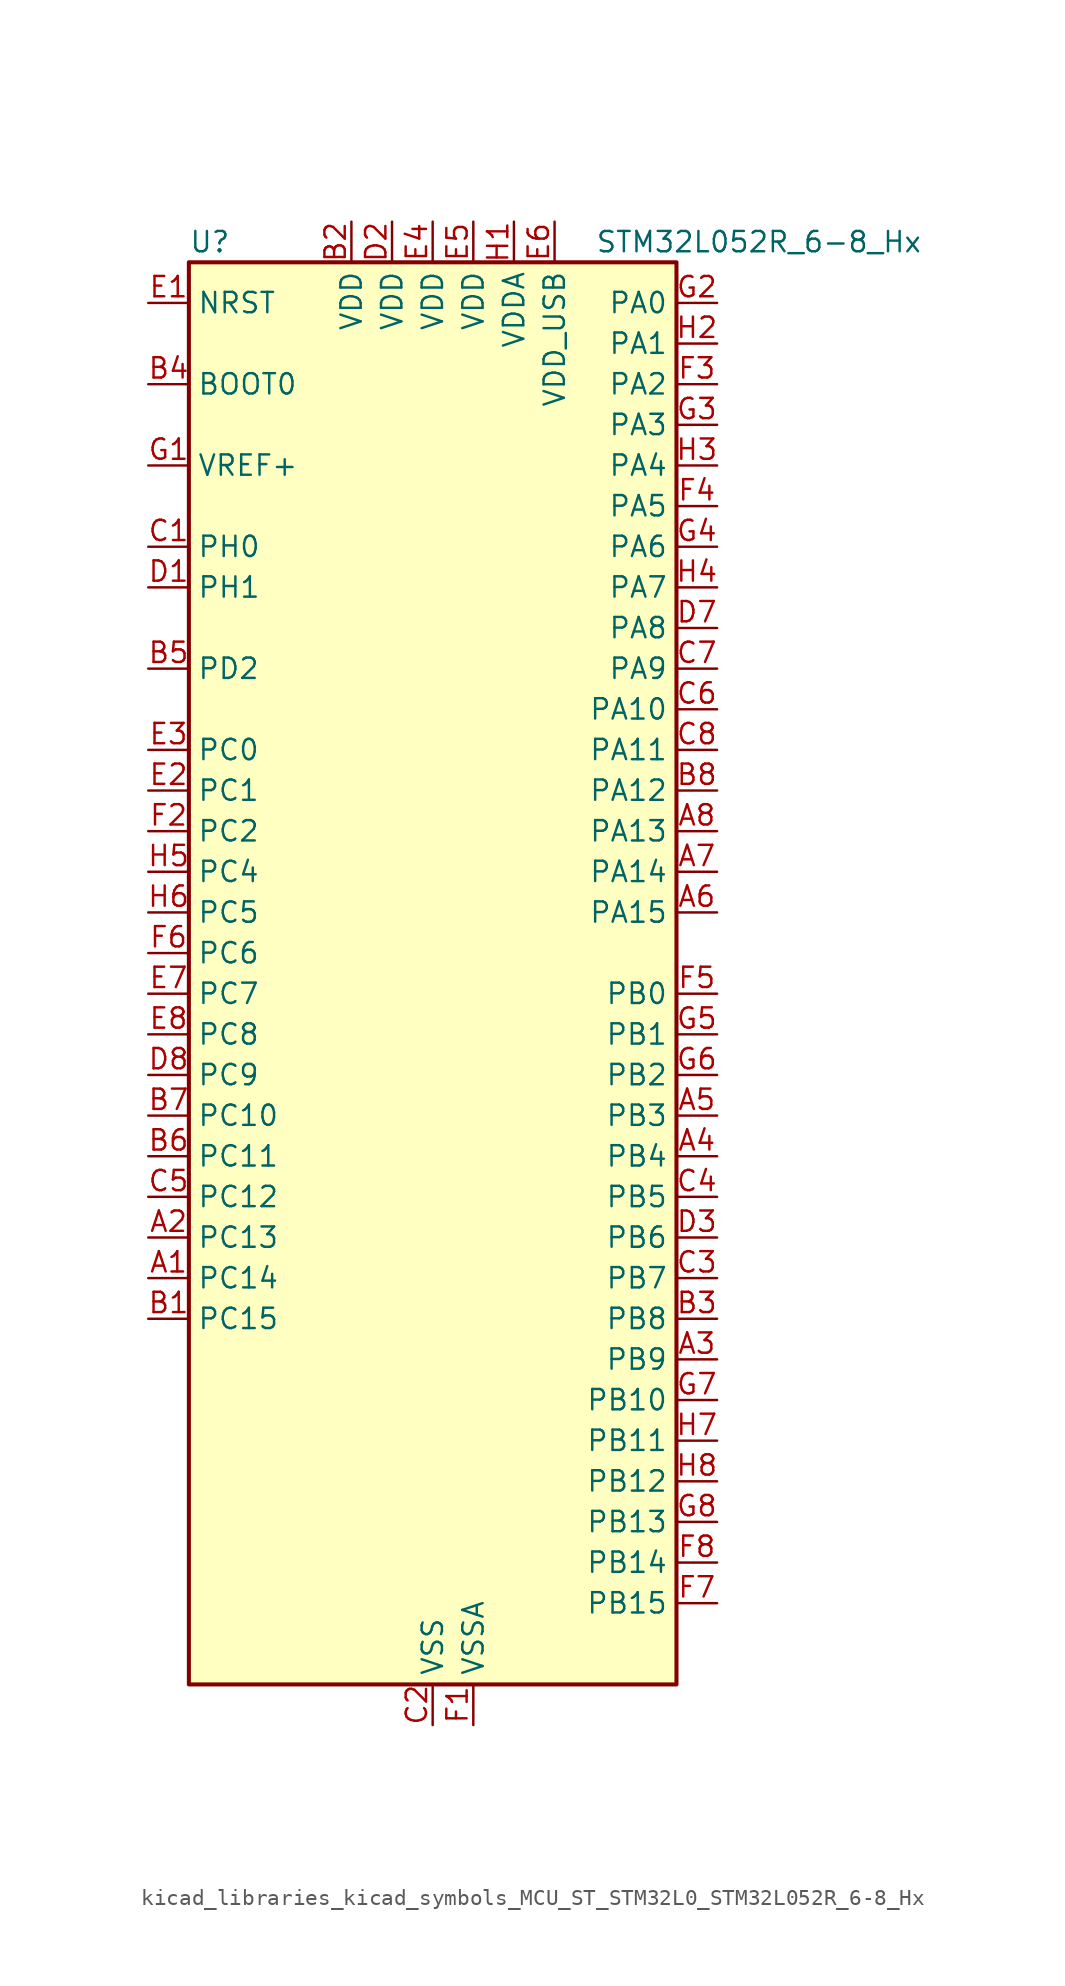
<source format=kicad_sym>
(kicad_symbol_lib
  (version 20220914)
  (generator kicad_symbol_editor)
  (symbol "kicad_libraries_kicad_symbols_MCU_ST_STM32L0_STM32L052R_6-8_Hx"
    (property "Reference" "U"
      (at -15.24 46.99 0)
      (effects (font (size 1.27 1.27)) (justify left)))
    (property "Value" "STM32L052R_6-8_Hx"
      (at 10.16 46.99 0)
      (effects (font (size 1.27 1.27)) (justify left)))
    (property "ki_locked" ""
      (at 0 0 0)
      (effects (font (size 1.27 1.27))))
    (symbol "kicad_libraries_kicad_symbols_MCU_ST_STM32L0_STM32L052R_6-8_Hx_0_1"
      (rectangle (start -15.24 -43.18) (end 15.24 45.72) (stroke (width 0.254) (type default)) (fill (type background))))
    (symbol "kicad_libraries_kicad_symbols_MCU_ST_STM32L0_STM32L052R_6-8_Hx_1_1"
      (pin bidirectional line (at -17.78 -17.78 0) (length 2.54) (name "PC14" (effects (font (size 1.27 1.27)))) (number "A1" (effects (font (size 1.27 1.27)))) (alternate "RCC_OSC32_IN" bidirectional line))
      (pin bidirectional line (at -17.78 -15.24 0) (length 2.54) (name "PC13" (effects (font (size 1.27 1.27)))) (number "A2" (effects (font (size 1.27 1.27)))) (alternate "RTC_OUT_ALARM" bidirectional line) (alternate "RTC_OUT_CALIB" bidirectional line) (alternate "RTC_TAMP1" bidirectional line) (alternate "RTC_TS" bidirectional line) (alternate "SYS_WKUP2" bidirectional line))
      (pin bidirectional line (at 17.78 -22.86 180) (length 2.54) (name "PB9" (effects (font (size 1.27 1.27)))) (number "A3" (effects (font (size 1.27 1.27)))) (alternate "DAC_EXTI9" bidirectional line) (alternate "I2C1_SDA" bidirectional line) (alternate "I2S2_WS" bidirectional line) (alternate "SPI2_NSS" bidirectional line))
      (pin bidirectional line (at 17.78 -10.16 180) (length 2.54) (name "PB4" (effects (font (size 1.27 1.27)))) (number "A4" (effects (font (size 1.27 1.27)))) (alternate "COMP2_INP" bidirectional line) (alternate "SPI1_MISO" bidirectional line) (alternate "TIM22_CH1" bidirectional line) (alternate "TSC_G5_IO2" bidirectional line))
      (pin bidirectional line (at 17.78 -7.62 180) (length 2.54) (name "PB3" (effects (font (size 1.27 1.27)))) (number "A5" (effects (font (size 1.27 1.27)))) (alternate "COMP2_INM" bidirectional line) (alternate "SPI1_SCK" bidirectional line) (alternate "TIM2_CH2" bidirectional line) (alternate "TSC_G5_IO1" bidirectional line))
      (pin bidirectional line (at 17.78 5.08 180) (length 2.54) (name "PA15" (effects (font (size 1.27 1.27)))) (number "A6" (effects (font (size 1.27 1.27)))) (alternate "SPI1_NSS" bidirectional line) (alternate "TIM2_CH1" bidirectional line) (alternate "TIM2_ETR" bidirectional line) (alternate "USART2_RX" bidirectional line))
      (pin bidirectional line (at 17.78 7.62 180) (length 2.54) (name "PA14" (effects (font (size 1.27 1.27)))) (number "A7" (effects (font (size 1.27 1.27)))) (alternate "SYS_SWCLK" bidirectional line) (alternate "USART2_TX" bidirectional line))
      (pin bidirectional line (at 17.78 10.16 180) (length 2.54) (name "PA13" (effects (font (size 1.27 1.27)))) (number "A8" (effects (font (size 1.27 1.27)))) (alternate "SYS_SWDIO" bidirectional line) (alternate "USB_NOE" bidirectional line))
      (pin bidirectional line (at -17.78 -20.32 0) (length 2.54) (name "PC15" (effects (font (size 1.27 1.27)))) (number "B1" (effects (font (size 1.27 1.27)))) (alternate "RCC_OSC32_OUT" bidirectional line))
      (pin power_in line (at -5.08 48.26 270) (length 2.54) (name "VDD" (effects (font (size 1.27 1.27)))) (number "B2" (effects (font (size 1.27 1.27)))))
      (pin bidirectional line (at 17.78 -20.32 180) (length 2.54) (name "PB8" (effects (font (size 1.27 1.27)))) (number "B3" (effects (font (size 1.27 1.27)))) (alternate "I2C1_SCL" bidirectional line) (alternate "TSC_SYNC" bidirectional line))
      (pin input line (at -17.78 38.1 0) (length 2.54) (name "BOOT0" (effects (font (size 1.27 1.27)))) (number "B4" (effects (font (size 1.27 1.27)))))
      (pin bidirectional line (at -17.78 20.32 0) (length 2.54) (name "PD2" (effects (font (size 1.27 1.27)))) (number "B5" (effects (font (size 1.27 1.27)))) (alternate "LPUART1_DE" bidirectional line) (alternate "LPUART1_RTS" bidirectional line))
      (pin bidirectional line (at -17.78 -10.16 0) (length 2.54) (name "PC11" (effects (font (size 1.27 1.27)))) (number "B6" (effects (font (size 1.27 1.27)))) (alternate "ADC_EXTI11" bidirectional line) (alternate "LPUART1_RX" bidirectional line))
      (pin bidirectional line (at -17.78 -7.62 0) (length 2.54) (name "PC10" (effects (font (size 1.27 1.27)))) (number "B7" (effects (font (size 1.27 1.27)))) (alternate "LPUART1_TX" bidirectional line))
      (pin bidirectional line (at 17.78 12.7 180) (length 2.54) (name "PA12" (effects (font (size 1.27 1.27)))) (number "B8" (effects (font (size 1.27 1.27)))) (alternate "COMP2_OUT" bidirectional line) (alternate "SPI1_MOSI" bidirectional line) (alternate "TSC_G4_IO4" bidirectional line) (alternate "USART1_DE" bidirectional line) (alternate "USART1_RTS" bidirectional line) (alternate "USB_DP" bidirectional line))
      (pin bidirectional line (at -17.78 27.94 0) (length 2.54) (name "PH0" (effects (font (size 1.27 1.27)))) (number "C1" (effects (font (size 1.27 1.27)))) (alternate "CRS_SYNC" bidirectional line) (alternate "RCC_OSC_IN" bidirectional line))
      (pin power_in line (at 0 -45.72 90) (length 2.54) (name "VSS" (effects (font (size 1.27 1.27)))) (number "C2" (effects (font (size 1.27 1.27)))))
      (pin bidirectional line (at 17.78 -17.78 180) (length 2.54) (name "PB7" (effects (font (size 1.27 1.27)))) (number "C3" (effects (font (size 1.27 1.27)))) (alternate "COMP2_INP" bidirectional line) (alternate "I2C1_SDA" bidirectional line) (alternate "LPTIM1_IN2" bidirectional line) (alternate "SYS_PVD_IN" bidirectional line) (alternate "TSC_G5_IO4" bidirectional line) (alternate "USART1_RX" bidirectional line))
      (pin bidirectional line (at 17.78 -12.7 180) (length 2.54) (name "PB5" (effects (font (size 1.27 1.27)))) (number "C4" (effects (font (size 1.27 1.27)))) (alternate "COMP2_INP" bidirectional line) (alternate "I2C1_SMBA" bidirectional line) (alternate "LPTIM1_IN1" bidirectional line) (alternate "SPI1_MOSI" bidirectional line) (alternate "TIM22_CH2" bidirectional line))
      (pin bidirectional line (at -17.78 -12.7 0) (length 2.54) (name "PC12" (effects (font (size 1.27 1.27)))) (number "C5" (effects (font (size 1.27 1.27)))))
      (pin bidirectional line (at 17.78 17.78 180) (length 2.54) (name "PA10" (effects (font (size 1.27 1.27)))) (number "C6" (effects (font (size 1.27 1.27)))) (alternate "TSC_G4_IO2" bidirectional line) (alternate "USART1_RX" bidirectional line))
      (pin bidirectional line (at 17.78 20.32 180) (length 2.54) (name "PA9" (effects (font (size 1.27 1.27)))) (number "C7" (effects (font (size 1.27 1.27)))) (alternate "DAC_EXTI9" bidirectional line) (alternate "RCC_MCO" bidirectional line) (alternate "TSC_G4_IO1" bidirectional line) (alternate "USART1_TX" bidirectional line))
      (pin bidirectional line (at 17.78 15.24 180) (length 2.54) (name "PA11" (effects (font (size 1.27 1.27)))) (number "C8" (effects (font (size 1.27 1.27)))) (alternate "ADC_EXTI11" bidirectional line) (alternate "COMP1_OUT" bidirectional line) (alternate "SPI1_MISO" bidirectional line) (alternate "TSC_G4_IO3" bidirectional line) (alternate "USART1_CTS" bidirectional line) (alternate "USB_DM" bidirectional line))
      (pin bidirectional line (at -17.78 25.4 0) (length 2.54) (name "PH1" (effects (font (size 1.27 1.27)))) (number "D1" (effects (font (size 1.27 1.27)))) (alternate "RCC_OSC_OUT" bidirectional line))
      (pin power_in line (at -2.54 48.26 270) (length 2.54) (name "VDD" (effects (font (size 1.27 1.27)))) (number "D2" (effects (font (size 1.27 1.27)))))
      (pin bidirectional line (at 17.78 -15.24 180) (length 2.54) (name "PB6" (effects (font (size 1.27 1.27)))) (number "D3" (effects (font (size 1.27 1.27)))) (alternate "COMP2_INP" bidirectional line) (alternate "I2C1_SCL" bidirectional line) (alternate "LPTIM1_ETR" bidirectional line) (alternate "TSC_G5_IO3" bidirectional line) (alternate "USART1_TX" bidirectional line))
      (pin passive line (at 0 -45.72 90) (length 2.54) hide (name "VSS" (effects (font (size 1.27 1.27)))) (number "D4" (effects (font (size 1.27 1.27)))))
      (pin passive line (at 0 -45.72 90) (length 2.54) hide (name "VSS" (effects (font (size 1.27 1.27)))) (number "D5" (effects (font (size 1.27 1.27)))))
      (pin passive line (at 0 -45.72 90) (length 2.54) hide (name "VSS" (effects (font (size 1.27 1.27)))) (number "D6" (effects (font (size 1.27 1.27)))))
      (pin bidirectional line (at 17.78 22.86 180) (length 2.54) (name "PA8" (effects (font (size 1.27 1.27)))) (number "D7" (effects (font (size 1.27 1.27)))) (alternate "CRS_SYNC" bidirectional line) (alternate "RCC_MCO" bidirectional line) (alternate "USART1_CK" bidirectional line))
      (pin bidirectional line (at -17.78 -5.08 0) (length 2.54) (name "PC9" (effects (font (size 1.27 1.27)))) (number "D8" (effects (font (size 1.27 1.27)))) (alternate "DAC_EXTI9" bidirectional line) (alternate "TIM21_ETR" bidirectional line) (alternate "TSC_G8_IO4" bidirectional line) (alternate "USB_NOE" bidirectional line))
      (pin input line (at -17.78 43.18 0) (length 2.54) (name "NRST" (effects (font (size 1.27 1.27)))) (number "E1" (effects (font (size 1.27 1.27)))))
      (pin bidirectional line (at -17.78 12.7 0) (length 2.54) (name "PC1" (effects (font (size 1.27 1.27)))) (number "E2" (effects (font (size 1.27 1.27)))) (alternate "ADC_IN11" bidirectional line) (alternate "LPTIM1_OUT" bidirectional line) (alternate "TSC_G7_IO2" bidirectional line))
      (pin bidirectional line (at -17.78 15.24 0) (length 2.54) (name "PC0" (effects (font (size 1.27 1.27)))) (number "E3" (effects (font (size 1.27 1.27)))) (alternate "ADC_IN10" bidirectional line) (alternate "LPTIM1_IN1" bidirectional line) (alternate "TSC_G7_IO1" bidirectional line))
      (pin power_in line (at 0 48.26 270) (length 2.54) (name "VDD" (effects (font (size 1.27 1.27)))) (number "E4" (effects (font (size 1.27 1.27)))))
      (pin power_in line (at 2.54 48.26 270) (length 2.54) (name "VDD" (effects (font (size 1.27 1.27)))) (number "E5" (effects (font (size 1.27 1.27)))))
      (pin power_in line (at 7.62 48.26 270) (length 2.54) (name "VDD_USB" (effects (font (size 1.27 1.27)))) (number "E6" (effects (font (size 1.27 1.27)))))
      (pin bidirectional line (at -17.78 0 0) (length 2.54) (name "PC7" (effects (font (size 1.27 1.27)))) (number "E7" (effects (font (size 1.27 1.27)))) (alternate "TIM22_CH2" bidirectional line) (alternate "TSC_G8_IO2" bidirectional line))
      (pin bidirectional line (at -17.78 -2.54 0) (length 2.54) (name "PC8" (effects (font (size 1.27 1.27)))) (number "E8" (effects (font (size 1.27 1.27)))) (alternate "TIM22_ETR" bidirectional line) (alternate "TSC_G8_IO3" bidirectional line))
      (pin power_in line (at 2.54 -45.72 90) (length 2.54) (name "VSSA" (effects (font (size 1.27 1.27)))) (number "F1" (effects (font (size 1.27 1.27)))))
      (pin bidirectional line (at -17.78 10.16 0) (length 2.54) (name "PC2" (effects (font (size 1.27 1.27)))) (number "F2" (effects (font (size 1.27 1.27)))) (alternate "ADC_IN12" bidirectional line) (alternate "I2S2_MCK" bidirectional line) (alternate "LPTIM1_IN2" bidirectional line) (alternate "SPI2_MISO" bidirectional line) (alternate "TSC_G7_IO3" bidirectional line))
      (pin bidirectional line (at 17.78 38.1 180) (length 2.54) (name "PA2" (effects (font (size 1.27 1.27)))) (number "F3" (effects (font (size 1.27 1.27)))) (alternate "ADC_IN2" bidirectional line) (alternate "COMP2_INM" bidirectional line) (alternate "COMP2_OUT" bidirectional line) (alternate "TIM21_CH1" bidirectional line) (alternate "TIM2_CH3" bidirectional line) (alternate "TSC_G1_IO3" bidirectional line) (alternate "USART2_TX" bidirectional line))
      (pin bidirectional line (at 17.78 30.48 180) (length 2.54) (name "PA5" (effects (font (size 1.27 1.27)))) (number "F4" (effects (font (size 1.27 1.27)))) (alternate "ADC_IN5" bidirectional line) (alternate "COMP1_INM" bidirectional line) (alternate "COMP2_INM" bidirectional line) (alternate "SPI1_SCK" bidirectional line) (alternate "TIM2_CH1" bidirectional line) (alternate "TIM2_ETR" bidirectional line) (alternate "TSC_G2_IO2" bidirectional line))
      (pin bidirectional line (at 17.78 0 180) (length 2.54) (name "PB0" (effects (font (size 1.27 1.27)))) (number "F5" (effects (font (size 1.27 1.27)))) (alternate "ADC_IN8" bidirectional line) (alternate "SYS_VREF_OUT_PB0" bidirectional line) (alternate "TSC_G3_IO2" bidirectional line))
      (pin bidirectional line (at -17.78 2.54 0) (length 2.54) (name "PC6" (effects (font (size 1.27 1.27)))) (number "F6" (effects (font (size 1.27 1.27)))) (alternate "TIM22_CH1" bidirectional line) (alternate "TSC_G8_IO1" bidirectional line))
      (pin bidirectional line (at 17.78 -38.1 180) (length 2.54) (name "PB15" (effects (font (size 1.27 1.27)))) (number "F7" (effects (font (size 1.27 1.27)))) (alternate "I2S2_SD" bidirectional line) (alternate "RTC_REFIN" bidirectional line) (alternate "SPI2_MOSI" bidirectional line))
      (pin bidirectional line (at 17.78 -35.56 180) (length 2.54) (name "PB14" (effects (font (size 1.27 1.27)))) (number "F8" (effects (font (size 1.27 1.27)))) (alternate "I2C2_SDA" bidirectional line) (alternate "I2S2_MCK" bidirectional line) (alternate "LPUART1_DE" bidirectional line) (alternate "LPUART1_RTS" bidirectional line) (alternate "RTC_OUT_ALARM" bidirectional line) (alternate "RTC_OUT_CALIB" bidirectional line) (alternate "SPI2_MISO" bidirectional line) (alternate "TIM21_CH2" bidirectional line) (alternate "TSC_G6_IO4" bidirectional line))
      (pin input line (at -17.78 33.02 0) (length 2.54) (name "VREF+" (effects (font (size 1.27 1.27)))) (number "G1" (effects (font (size 1.27 1.27)))))
      (pin bidirectional line (at 17.78 43.18 180) (length 2.54) (name "PA0" (effects (font (size 1.27 1.27)))) (number "G2" (effects (font (size 1.27 1.27)))) (alternate "ADC_IN0" bidirectional line) (alternate "COMP1_INM" bidirectional line) (alternate "COMP1_OUT" bidirectional line) (alternate "RTC_TAMP2" bidirectional line) (alternate "SYS_WKUP1" bidirectional line) (alternate "TIM2_CH1" bidirectional line) (alternate "TIM2_ETR" bidirectional line) (alternate "TSC_G1_IO1" bidirectional line) (alternate "USART2_CTS" bidirectional line))
      (pin bidirectional line (at 17.78 35.56 180) (length 2.54) (name "PA3" (effects (font (size 1.27 1.27)))) (number "G3" (effects (font (size 1.27 1.27)))) (alternate "ADC_IN3" bidirectional line) (alternate "COMP2_INP" bidirectional line) (alternate "TIM21_CH2" bidirectional line) (alternate "TIM2_CH4" bidirectional line) (alternate "TSC_G1_IO4" bidirectional line) (alternate "USART2_RX" bidirectional line))
      (pin bidirectional line (at 17.78 27.94 180) (length 2.54) (name "PA6" (effects (font (size 1.27 1.27)))) (number "G4" (effects (font (size 1.27 1.27)))) (alternate "ADC_IN6" bidirectional line) (alternate "COMP1_OUT" bidirectional line) (alternate "LPUART1_CTS" bidirectional line) (alternate "SPI1_MISO" bidirectional line) (alternate "TIM22_CH1" bidirectional line) (alternate "TSC_G2_IO3" bidirectional line))
      (pin bidirectional line (at 17.78 -2.54 180) (length 2.54) (name "PB1" (effects (font (size 1.27 1.27)))) (number "G5" (effects (font (size 1.27 1.27)))) (alternate "ADC_IN9" bidirectional line) (alternate "LPUART1_DE" bidirectional line) (alternate "LPUART1_RTS" bidirectional line) (alternate "SYS_VREF_OUT_PB1" bidirectional line) (alternate "TSC_G3_IO3" bidirectional line))
      (pin bidirectional line (at 17.78 -5.08 180) (length 2.54) (name "PB2" (effects (font (size 1.27 1.27)))) (number "G6" (effects (font (size 1.27 1.27)))) (alternate "LPTIM1_OUT" bidirectional line) (alternate "TSC_G3_IO4" bidirectional line))
      (pin bidirectional line (at 17.78 -25.4 180) (length 2.54) (name "PB10" (effects (font (size 1.27 1.27)))) (number "G7" (effects (font (size 1.27 1.27)))) (alternate "I2C2_SCL" bidirectional line) (alternate "LPUART1_TX" bidirectional line) (alternate "SPI2_SCK" bidirectional line) (alternate "TIM2_CH3" bidirectional line) (alternate "TSC_SYNC" bidirectional line))
      (pin bidirectional line (at 17.78 -33.02 180) (length 2.54) (name "PB13" (effects (font (size 1.27 1.27)))) (number "G8" (effects (font (size 1.27 1.27)))) (alternate "I2C2_SCL" bidirectional line) (alternate "I2S2_CK" bidirectional line) (alternate "LPUART1_CTS" bidirectional line) (alternate "SPI2_SCK" bidirectional line) (alternate "TIM21_CH1" bidirectional line) (alternate "TSC_G6_IO3" bidirectional line))
      (pin power_in line (at 5.08 48.26 270) (length 2.54) (name "VDDA" (effects (font (size 1.27 1.27)))) (number "H1" (effects (font (size 1.27 1.27)))))
      (pin bidirectional line (at 17.78 40.64 180) (length 2.54) (name "PA1" (effects (font (size 1.27 1.27)))) (number "H2" (effects (font (size 1.27 1.27)))) (alternate "ADC_IN1" bidirectional line) (alternate "COMP1_INP" bidirectional line) (alternate "TIM21_ETR" bidirectional line) (alternate "TIM2_CH2" bidirectional line) (alternate "TSC_G1_IO2" bidirectional line) (alternate "USART2_DE" bidirectional line) (alternate "USART2_RTS" bidirectional line))
      (pin bidirectional line (at 17.78 33.02 180) (length 2.54) (name "PA4" (effects (font (size 1.27 1.27)))) (number "H3" (effects (font (size 1.27 1.27)))) (alternate "ADC_IN4" bidirectional line) (alternate "COMP1_INM" bidirectional line) (alternate "COMP2_INM" bidirectional line) (alternate "DAC_OUT1" bidirectional line) (alternate "SPI1_NSS" bidirectional line) (alternate "TIM22_ETR" bidirectional line) (alternate "TSC_G2_IO1" bidirectional line) (alternate "USART2_CK" bidirectional line))
      (pin bidirectional line (at 17.78 25.4 180) (length 2.54) (name "PA7" (effects (font (size 1.27 1.27)))) (number "H4" (effects (font (size 1.27 1.27)))) (alternate "ADC_IN7" bidirectional line) (alternate "COMP2_OUT" bidirectional line) (alternate "SPI1_MOSI" bidirectional line) (alternate "TIM22_CH2" bidirectional line) (alternate "TSC_G2_IO4" bidirectional line))
      (pin bidirectional line (at -17.78 7.62 0) (length 2.54) (name "PC4" (effects (font (size 1.27 1.27)))) (number "H5" (effects (font (size 1.27 1.27)))) (alternate "ADC_IN14" bidirectional line) (alternate "LPUART1_TX" bidirectional line))
      (pin bidirectional line (at -17.78 5.08 0) (length 2.54) (name "PC5" (effects (font (size 1.27 1.27)))) (number "H6" (effects (font (size 1.27 1.27)))) (alternate "ADC_IN15" bidirectional line) (alternate "LPUART1_RX" bidirectional line) (alternate "TSC_G3_IO1" bidirectional line))
      (pin bidirectional line (at 17.78 -27.94 180) (length 2.54) (name "PB11" (effects (font (size 1.27 1.27)))) (number "H7" (effects (font (size 1.27 1.27)))) (alternate "ADC_EXTI11" bidirectional line) (alternate "I2C2_SDA" bidirectional line) (alternate "LPUART1_RX" bidirectional line) (alternate "TIM2_CH4" bidirectional line) (alternate "TSC_G6_IO1" bidirectional line))
      (pin bidirectional line (at 17.78 -30.48 180) (length 2.54) (name "PB12" (effects (font (size 1.27 1.27)))) (number "H8" (effects (font (size 1.27 1.27)))) (alternate "I2S2_WS" bidirectional line) (alternate "LPUART1_DE" bidirectional line) (alternate "LPUART1_RTS" bidirectional line) (alternate "SPI2_NSS" bidirectional line) (alternate "TSC_G6_IO2" bidirectional line)))))
</source>
